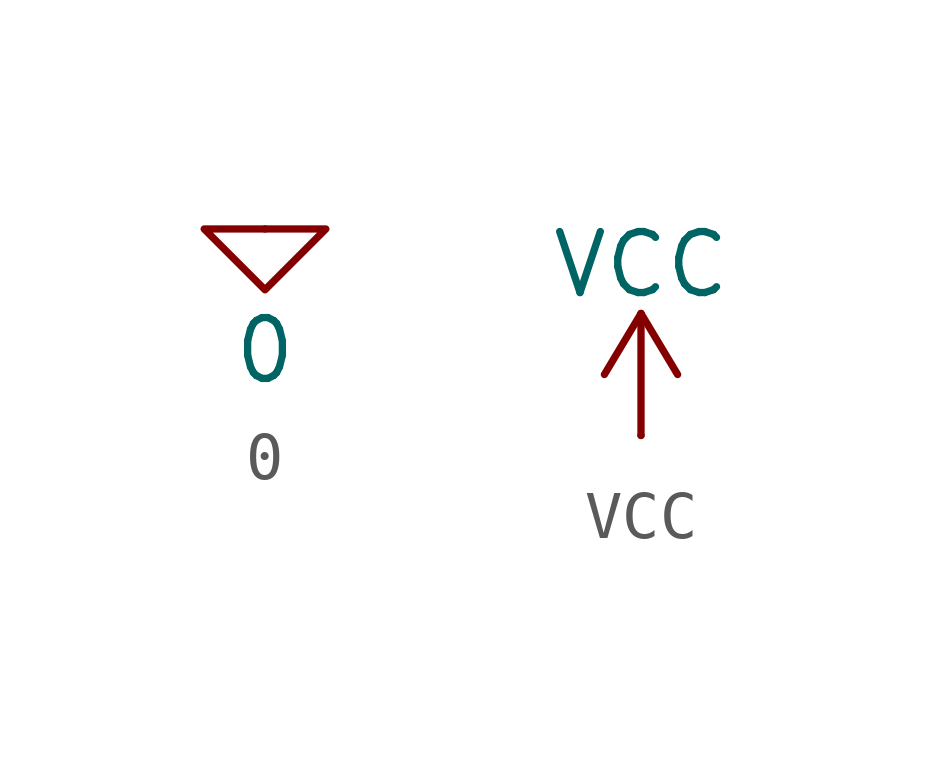
<source format=kicad_sym>
(kicad_symbol_lib
  (version 20241209)
  (generator "kicad_symbol_editor")
  (generator_version "9.0")
  (symbol "0"
    (power)
    (pin_numbers
      (hide yes))
    (pin_names
      (offset 0)
      (hide yes))
    (property "Reference" "#GND"
      (at 0 -5.08 0)
      (effects (font (size 1.27 1.27)) (hide yes)))
    (property "Value" "0"
      (at 0 -2.54 0)
      (effects (font (size 1.27 1.27))))
    (symbol "0_0_1"
      (polyline (pts (xy -1.27 0) (xy 0 -1.27) (xy 1.27 0) (xy -1.27 0)) (stroke (width 0) (type default)) (fill (type none))))
    (symbol "0_1_1"
      (pin power_in line (at 0 0 0) (length 0) (name "~" (effects (font (size 1.016 1.016)))) (number "1" (effects (font (size 1.016 1.016)))))))
  (symbol "VCC"
    (power)
    (pin_numbers
      (hide yes))
    (pin_names
      (offset 0)
      (hide yes))
    (property "Reference" "#PWR"
      (at 0 -3.81 0)
      (effects (font (size 1.27 1.27)) (hide yes)))
    (property "Value" "VCC"
      (at 0 3.556 0)
      (effects (font (size 1.27 1.27))))
    (symbol "VCC_0_1"
      (polyline (pts (xy -0.762 1.27) (xy 0 2.54)) (stroke (width 0) (type default)) (fill (type none)))
      (polyline (pts (xy 0 2.54) (xy 0.762 1.27)) (stroke (width 0) (type default)) (fill (type none)))
      (polyline (pts (xy 0 0) (xy 0 2.54)) (stroke (width 0) (type default)) (fill (type none))))
    (symbol "VCC_1_1"
      (pin power_in line (at 0 0 90) (length 0) (name "~" (effects (font (size 1.27 1.27)))) (number "1" (effects (font (size 1.27 1.27))))))))
</source>
